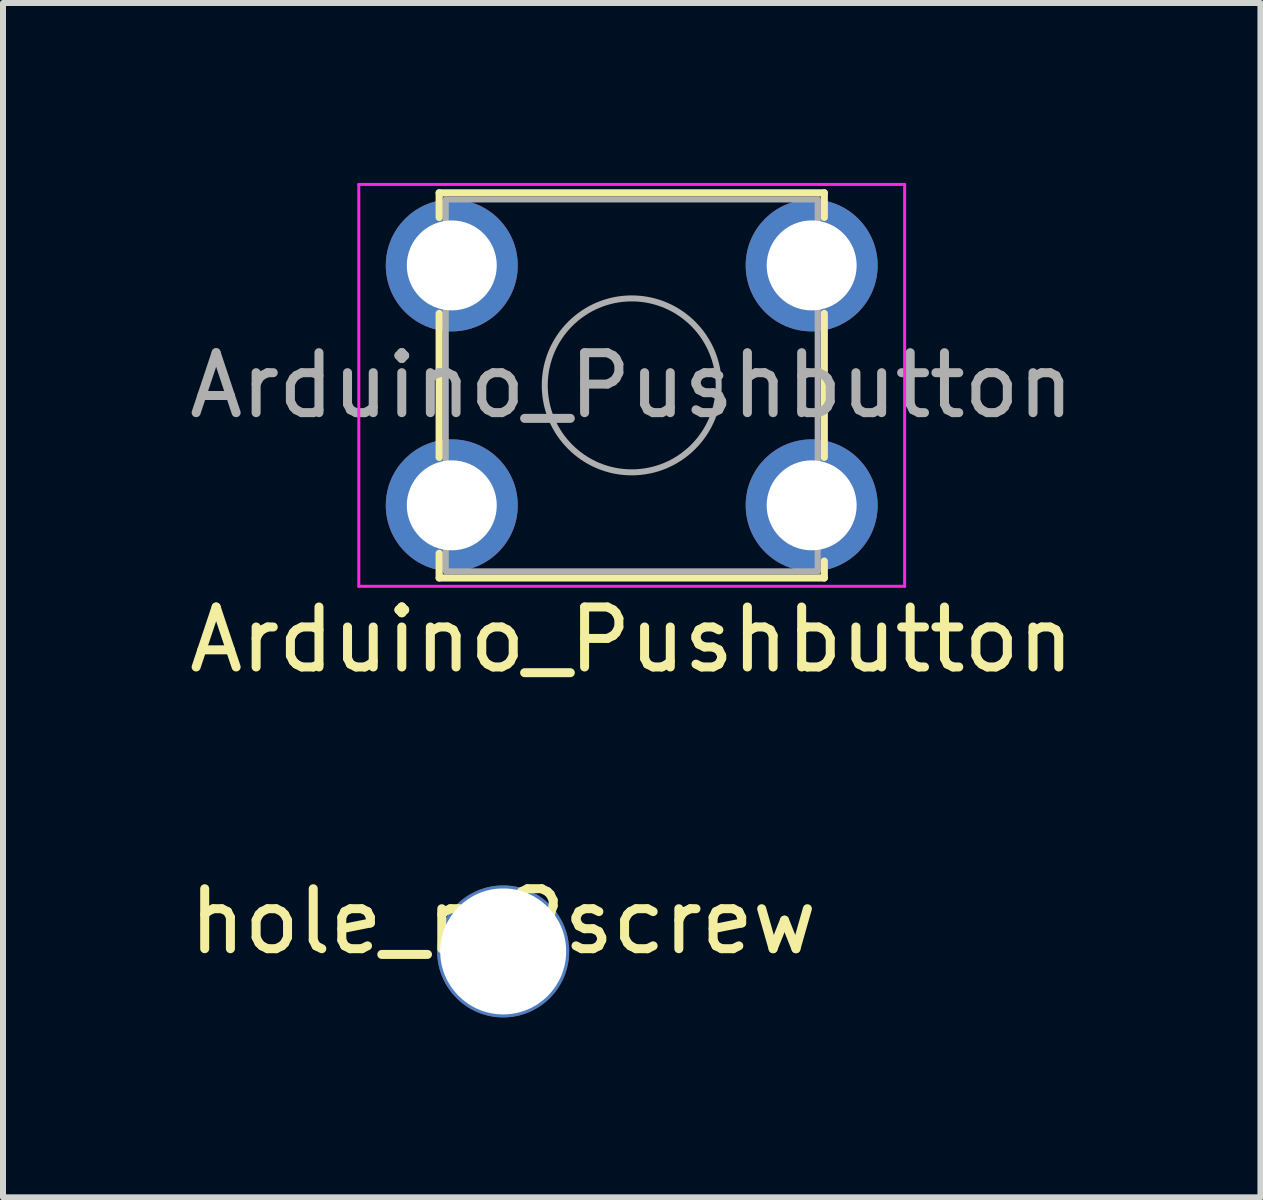
<source format=kicad_pcb>
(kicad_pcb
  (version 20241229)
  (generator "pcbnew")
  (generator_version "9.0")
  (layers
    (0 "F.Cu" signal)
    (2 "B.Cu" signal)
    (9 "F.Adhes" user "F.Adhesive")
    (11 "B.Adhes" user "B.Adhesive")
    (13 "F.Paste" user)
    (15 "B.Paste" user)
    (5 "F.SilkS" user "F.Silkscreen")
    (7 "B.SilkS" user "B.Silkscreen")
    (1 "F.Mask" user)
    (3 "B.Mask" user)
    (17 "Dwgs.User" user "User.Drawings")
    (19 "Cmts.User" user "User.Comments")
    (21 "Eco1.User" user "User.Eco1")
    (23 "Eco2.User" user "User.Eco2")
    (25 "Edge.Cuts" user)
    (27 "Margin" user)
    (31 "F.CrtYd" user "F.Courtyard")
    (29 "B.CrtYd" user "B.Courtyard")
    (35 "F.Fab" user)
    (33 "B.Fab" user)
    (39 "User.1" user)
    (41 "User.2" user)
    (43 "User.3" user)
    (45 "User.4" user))
  (footprint "hole_m2screw"
    (layer "F.Cu")
    (at 5.339 12.812)
    (property "Reference" "hole_m2screw" (at 0 -0.5 0) (unlocked yes) (layer "F.SilkS") (effects (font (size 1 1) (thickness 0.15))))
    (attr through_hole)
    (pad "" np_thru_hole circle (at 0 0) (size 2.2 2.2) (drill 2.1) (layers "*.Cu" "*.Mask")))
  (footprint "Arduino_Pushbutton"
    (layer "F.Cu")
    (at 7.482 3.375)
    (property "Reference" "Arduino_Pushbutton" (at 0 4.24 0) (layer "F.SilkS") (effects (font (size 1 1) (thickness 0.15))))
    (attr smd)
    (fp_line (start -3.21 -3.21) (end -3.21 -2.8) (stroke (width 0.12) (type solid)) (layer "F.SilkS"))
    (fp_line (start -3.21 -1.2) (end -3.21 1.2) (stroke (width 0.12) (type solid)) (layer "F.SilkS"))
    (fp_line (start -3.21 2.8) (end -3.21 3.21) (stroke (width 0.12) (type solid)) (layer "F.SilkS"))
    (fp_line (start -3.21 3.21) (end 3.21 3.21) (stroke (width 0.12) (type solid)) (layer "F.SilkS"))
    (fp_line (start 3.21 -3.21) (end -3.21 -3.21) (stroke (width 0.12) (type solid)) (layer "F.SilkS"))
    (fp_line (start 3.21 -2.8) (end 3.21 -3.21) (stroke (width 0.12) (type solid)) (layer "F.SilkS"))
    (fp_line (start 3.21 1.2) (end 3.21 -1.2) (stroke (width 0.12) (type solid)) (layer "F.SilkS"))
    (fp_line (start 3.21 3.21) (end 3.21 2.93) (stroke (width 0.12) (type solid)) (layer "F.SilkS"))
    (fp_line (start -4.55 -3.35) (end 4.55 -3.35) (stroke (width 0.05) (type solid)) (layer "F.CrtYd"))
    (fp_line (start -4.55 3.35) (end -4.55 -3.35) (stroke (width 0.05) (type solid)) (layer "F.CrtYd"))
    (fp_line (start 4.55 -3.35) (end 4.55 3.35) (stroke (width 0.05) (type solid)) (layer "F.CrtYd"))
    (fp_line (start 4.55 3.35) (end -4.55 3.35) (stroke (width 0.05) (type solid)) (layer "F.CrtYd"))
    (fp_line (start -3.1 -3.1) (end 3.1 -3.1) (stroke (width 0.1) (type solid)) (layer "F.Fab"))
    (fp_line (start -3.1 3.1) (end -3.1 -3.1) (stroke (width 0.1) (type solid)) (layer "F.Fab"))
    (fp_line (start 3.1 -3.1) (end 3.1 3.1) (stroke (width 0.1) (type solid)) (layer "F.Fab"))
    (fp_line (start 3.1 3.1) (end -3.1 3.1) (stroke (width 0.1) (type solid)) (layer "F.Fab"))
    (fp_circle (center 0 0) (end 1.45 0) (stroke (width 0.1) (type solid)) (fill no) (layer "F.Fab"))
    (fp_text user "${REFERENCE}" (at 0 0 0) (layer "F.Fab") (effects (font (size 1 1) (thickness 0.15))))
    (pad "1" thru_hole circle (at -3 -2) (size 2.2 2.2) (drill 1.5) (layers "*.Cu" "*.Mask"))
    (pad "2" thru_hole circle (at 3 -2) (size 2.2 2.2) (drill 1.5) (layers "*.Cu" "*.Mask"))
    (pad "3" thru_hole circle (at -3 2) (size 2.2 2.2) (drill 1.5) (layers "*.Cu" "*.Mask"))
    (pad "4" thru_hole circle (at 3 2) (size 2.2 2.2) (drill 1.5) (layers "*.Cu" "*.Mask")))
  (gr_rect
    (start -3 -3)
    (end 17.964 16.912)
    (stroke (width 0.1) (type default))
    (fill no)
    (layer "Edge.Cuts")))
</source>
